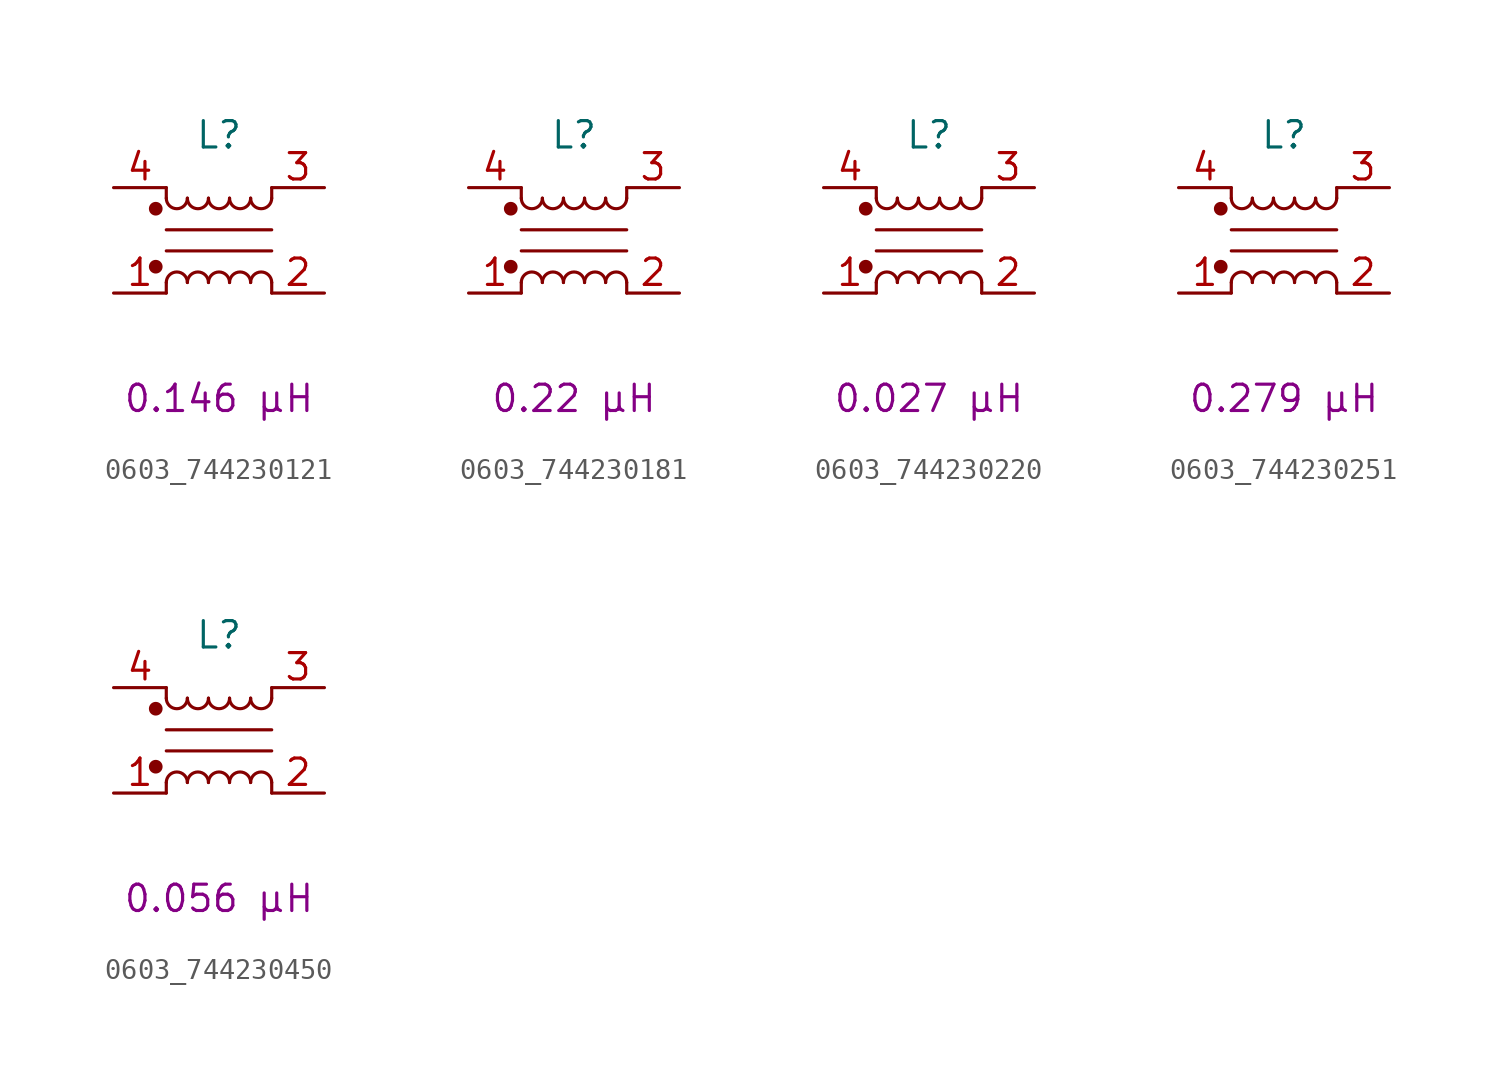
<source format=kicad_sym>
(kicad_symbol_lib
  (version 20220914)
  (generator kicad_symbol_editor)
  (symbol "0603_744230121"
    (pin_names hide)
    (property "Reference" "L"
      (at 0 5.08 0)
      (effects (font (size 1.27 1.27))))
    (property "Critical Parameter" "0.146 µH"
      (at 0 -7.62 0)
      (effects (font (size 1.27 1.27))))
    (symbol "0603_744230121_0_1"
      (circle (center -3.048 -1.27) (radius 0.254) (stroke (width 0) (type default)) (fill (type outline)))
      (circle (center -3.048 1.524) (radius 0.254) (stroke (width 0) (type default)) (fill (type outline)))
      (arc (start -2.54 2.032) (mid -2.032 1.5262) (end -1.524 2.032) (stroke (width 0) (type default)) (fill (type none)))
      (arc (start -1.524 -2.032) (mid -2.032 -1.5262) (end -2.54 -2.032) (stroke (width 0) (type default)) (fill (type none)))
      (arc (start -1.524 2.032) (mid -1.016 1.5262) (end -0.508 2.032) (stroke (width 0) (type default)) (fill (type none)))
      (arc (start -0.508 -2.032) (mid -1.016 -1.5262) (end -1.524 -2.032) (stroke (width 0) (type default)) (fill (type none)))
      (arc (start -0.508 2.032) (mid 0 1.5262) (end 0.508 2.032) (stroke (width 0) (type default)) (fill (type none)))
      (polyline (pts (xy -2.54 -2.032) (xy -2.54 -2.54)) (stroke (width 0) (type default)) (fill (type none)))
      (polyline (pts (xy -2.54 0.508) (xy 2.54 0.508)) (stroke (width 0) (type default)) (fill (type none)))
      (polyline (pts (xy -2.54 2.032) (xy -2.54 2.54)) (stroke (width 0) (type default)) (fill (type none)))
      (polyline (pts (xy 2.54 -2.032) (xy 2.54 -2.54)) (stroke (width 0) (type default)) (fill (type none)))
      (polyline (pts (xy 2.54 -0.508) (xy -2.54 -0.508)) (stroke (width 0) (type default)) (fill (type none)))
      (polyline (pts (xy 2.54 2.54) (xy 2.54 2.032)) (stroke (width 0) (type default)) (fill (type none)))
      (arc (start 0.508 -2.032) (mid 0 -1.5262) (end -0.508 -2.032) (stroke (width 0) (type default)) (fill (type none)))
      (arc (start 0.508 2.032) (mid 1.016 1.5262) (end 1.524 2.032) (stroke (width 0) (type default)) (fill (type none)))
      (arc (start 1.524 -2.032) (mid 1.016 -1.5262) (end 0.508 -2.032) (stroke (width 0) (type default)) (fill (type none)))
      (arc (start 1.524 2.032) (mid 2.032 1.5262) (end 2.54 2.032) (stroke (width 0) (type default)) (fill (type none)))
      (arc (start 2.54 -2.032) (mid 2.032 -1.5262) (end 1.524 -2.032) (stroke (width 0) (type default)) (fill (type none))))
    (symbol "0603_744230121_1_1"
      (pin passive line (at -5.08 -2.54 0) (length 2.54) (name "1" (effects (font (size 1.27 1.27)))) (number "1" (effects (font (size 1.27 1.27)))))
      (pin passive line (at 5.08 -2.54 180) (length 2.54) (name "2" (effects (font (size 1.27 1.27)))) (number "2" (effects (font (size 1.27 1.27)))))
      (pin passive line (at 5.08 2.54 180) (length 2.54) (name "3" (effects (font (size 1.27 1.27)))) (number "3" (effects (font (size 1.27 1.27)))))
      (pin passive line (at -5.08 2.54 0) (length 2.54) (name "4" (effects (font (size 1.27 1.27)))) (number "4" (effects (font (size 1.27 1.27)))))))
  (symbol "0603_744230181"
    (pin_names hide)
    (property "Reference" "L"
      (at 0 5.08 0)
      (effects (font (size 1.27 1.27))))
    (property "Critical Parameter" "0.22 µH"
      (at 0 -7.62 0)
      (effects (font (size 1.27 1.27))))
    (symbol "0603_744230181_0_1"
      (circle (center -3.048 -1.27) (radius 0.254) (stroke (width 0) (type default)) (fill (type outline)))
      (circle (center -3.048 1.524) (radius 0.254) (stroke (width 0) (type default)) (fill (type outline)))
      (arc (start -2.54 2.032) (mid -2.032 1.5262) (end -1.524 2.032) (stroke (width 0) (type default)) (fill (type none)))
      (arc (start -1.524 -2.032) (mid -2.032 -1.5262) (end -2.54 -2.032) (stroke (width 0) (type default)) (fill (type none)))
      (arc (start -1.524 2.032) (mid -1.016 1.5262) (end -0.508 2.032) (stroke (width 0) (type default)) (fill (type none)))
      (arc (start -0.508 -2.032) (mid -1.016 -1.5262) (end -1.524 -2.032) (stroke (width 0) (type default)) (fill (type none)))
      (arc (start -0.508 2.032) (mid 0 1.5262) (end 0.508 2.032) (stroke (width 0) (type default)) (fill (type none)))
      (polyline (pts (xy -2.54 -2.032) (xy -2.54 -2.54)) (stroke (width 0) (type default)) (fill (type none)))
      (polyline (pts (xy -2.54 0.508) (xy 2.54 0.508)) (stroke (width 0) (type default)) (fill (type none)))
      (polyline (pts (xy -2.54 2.032) (xy -2.54 2.54)) (stroke (width 0) (type default)) (fill (type none)))
      (polyline (pts (xy 2.54 -2.032) (xy 2.54 -2.54)) (stroke (width 0) (type default)) (fill (type none)))
      (polyline (pts (xy 2.54 -0.508) (xy -2.54 -0.508)) (stroke (width 0) (type default)) (fill (type none)))
      (polyline (pts (xy 2.54 2.54) (xy 2.54 2.032)) (stroke (width 0) (type default)) (fill (type none)))
      (arc (start 0.508 -2.032) (mid 0 -1.5262) (end -0.508 -2.032) (stroke (width 0) (type default)) (fill (type none)))
      (arc (start 0.508 2.032) (mid 1.016 1.5262) (end 1.524 2.032) (stroke (width 0) (type default)) (fill (type none)))
      (arc (start 1.524 -2.032) (mid 1.016 -1.5262) (end 0.508 -2.032) (stroke (width 0) (type default)) (fill (type none)))
      (arc (start 1.524 2.032) (mid 2.032 1.5262) (end 2.54 2.032) (stroke (width 0) (type default)) (fill (type none)))
      (arc (start 2.54 -2.032) (mid 2.032 -1.5262) (end 1.524 -2.032) (stroke (width 0) (type default)) (fill (type none))))
    (symbol "0603_744230181_1_1"
      (pin passive line (at -5.08 -2.54 0) (length 2.54) (name "1" (effects (font (size 1.27 1.27)))) (number "1" (effects (font (size 1.27 1.27)))))
      (pin passive line (at 5.08 -2.54 180) (length 2.54) (name "2" (effects (font (size 1.27 1.27)))) (number "2" (effects (font (size 1.27 1.27)))))
      (pin passive line (at 5.08 2.54 180) (length 2.54) (name "3" (effects (font (size 1.27 1.27)))) (number "3" (effects (font (size 1.27 1.27)))))
      (pin passive line (at -5.08 2.54 0) (length 2.54) (name "4" (effects (font (size 1.27 1.27)))) (number "4" (effects (font (size 1.27 1.27)))))))
  (symbol "0603_744230220"
    (pin_names hide)
    (property "Reference" "L"
      (at 0 5.08 0)
      (effects (font (size 1.27 1.27))))
    (property "Critical Parameter" "0.027 µH"
      (at 0 -7.62 0)
      (effects (font (size 1.27 1.27))))
    (symbol "0603_744230220_0_1"
      (circle (center -3.048 -1.27) (radius 0.254) (stroke (width 0) (type default)) (fill (type outline)))
      (circle (center -3.048 1.524) (radius 0.254) (stroke (width 0) (type default)) (fill (type outline)))
      (arc (start -2.54 2.032) (mid -2.032 1.5262) (end -1.524 2.032) (stroke (width 0) (type default)) (fill (type none)))
      (arc (start -1.524 -2.032) (mid -2.032 -1.5262) (end -2.54 -2.032) (stroke (width 0) (type default)) (fill (type none)))
      (arc (start -1.524 2.032) (mid -1.016 1.5262) (end -0.508 2.032) (stroke (width 0) (type default)) (fill (type none)))
      (arc (start -0.508 -2.032) (mid -1.016 -1.5262) (end -1.524 -2.032) (stroke (width 0) (type default)) (fill (type none)))
      (arc (start -0.508 2.032) (mid 0 1.5262) (end 0.508 2.032) (stroke (width 0) (type default)) (fill (type none)))
      (polyline (pts (xy -2.54 -2.032) (xy -2.54 -2.54)) (stroke (width 0) (type default)) (fill (type none)))
      (polyline (pts (xy -2.54 0.508) (xy 2.54 0.508)) (stroke (width 0) (type default)) (fill (type none)))
      (polyline (pts (xy -2.54 2.032) (xy -2.54 2.54)) (stroke (width 0) (type default)) (fill (type none)))
      (polyline (pts (xy 2.54 -2.032) (xy 2.54 -2.54)) (stroke (width 0) (type default)) (fill (type none)))
      (polyline (pts (xy 2.54 -0.508) (xy -2.54 -0.508)) (stroke (width 0) (type default)) (fill (type none)))
      (polyline (pts (xy 2.54 2.54) (xy 2.54 2.032)) (stroke (width 0) (type default)) (fill (type none)))
      (arc (start 0.508 -2.032) (mid 0 -1.5262) (end -0.508 -2.032) (stroke (width 0) (type default)) (fill (type none)))
      (arc (start 0.508 2.032) (mid 1.016 1.5262) (end 1.524 2.032) (stroke (width 0) (type default)) (fill (type none)))
      (arc (start 1.524 -2.032) (mid 1.016 -1.5262) (end 0.508 -2.032) (stroke (width 0) (type default)) (fill (type none)))
      (arc (start 1.524 2.032) (mid 2.032 1.5262) (end 2.54 2.032) (stroke (width 0) (type default)) (fill (type none)))
      (arc (start 2.54 -2.032) (mid 2.032 -1.5262) (end 1.524 -2.032) (stroke (width 0) (type default)) (fill (type none))))
    (symbol "0603_744230220_1_1"
      (pin passive line (at -5.08 -2.54 0) (length 2.54) (name "1" (effects (font (size 1.27 1.27)))) (number "1" (effects (font (size 1.27 1.27)))))
      (pin passive line (at 5.08 -2.54 180) (length 2.54) (name "2" (effects (font (size 1.27 1.27)))) (number "2" (effects (font (size 1.27 1.27)))))
      (pin passive line (at 5.08 2.54 180) (length 2.54) (name "3" (effects (font (size 1.27 1.27)))) (number "3" (effects (font (size 1.27 1.27)))))
      (pin passive line (at -5.08 2.54 0) (length 2.54) (name "4" (effects (font (size 1.27 1.27)))) (number "4" (effects (font (size 1.27 1.27)))))))
  (symbol "0603_744230251"
    (pin_names hide)
    (property "Reference" "L"
      (at 0 5.08 0)
      (effects (font (size 1.27 1.27))))
    (property "Critical Parameter" "0.279 µH"
      (at 0 -7.62 0)
      (effects (font (size 1.27 1.27))))
    (symbol "0603_744230251_0_1"
      (circle (center -3.048 -1.27) (radius 0.254) (stroke (width 0) (type default)) (fill (type outline)))
      (circle (center -3.048 1.524) (radius 0.254) (stroke (width 0) (type default)) (fill (type outline)))
      (arc (start -2.54 2.032) (mid -2.032 1.5262) (end -1.524 2.032) (stroke (width 0) (type default)) (fill (type none)))
      (arc (start -1.524 -2.032) (mid -2.032 -1.5262) (end -2.54 -2.032) (stroke (width 0) (type default)) (fill (type none)))
      (arc (start -1.524 2.032) (mid -1.016 1.5262) (end -0.508 2.032) (stroke (width 0) (type default)) (fill (type none)))
      (arc (start -0.508 -2.032) (mid -1.016 -1.5262) (end -1.524 -2.032) (stroke (width 0) (type default)) (fill (type none)))
      (arc (start -0.508 2.032) (mid 0 1.5262) (end 0.508 2.032) (stroke (width 0) (type default)) (fill (type none)))
      (polyline (pts (xy -2.54 -2.032) (xy -2.54 -2.54)) (stroke (width 0) (type default)) (fill (type none)))
      (polyline (pts (xy -2.54 0.508) (xy 2.54 0.508)) (stroke (width 0) (type default)) (fill (type none)))
      (polyline (pts (xy -2.54 2.032) (xy -2.54 2.54)) (stroke (width 0) (type default)) (fill (type none)))
      (polyline (pts (xy 2.54 -2.032) (xy 2.54 -2.54)) (stroke (width 0) (type default)) (fill (type none)))
      (polyline (pts (xy 2.54 -0.508) (xy -2.54 -0.508)) (stroke (width 0) (type default)) (fill (type none)))
      (polyline (pts (xy 2.54 2.54) (xy 2.54 2.032)) (stroke (width 0) (type default)) (fill (type none)))
      (arc (start 0.508 -2.032) (mid 0 -1.5262) (end -0.508 -2.032) (stroke (width 0) (type default)) (fill (type none)))
      (arc (start 0.508 2.032) (mid 1.016 1.5262) (end 1.524 2.032) (stroke (width 0) (type default)) (fill (type none)))
      (arc (start 1.524 -2.032) (mid 1.016 -1.5262) (end 0.508 -2.032) (stroke (width 0) (type default)) (fill (type none)))
      (arc (start 1.524 2.032) (mid 2.032 1.5262) (end 2.54 2.032) (stroke (width 0) (type default)) (fill (type none)))
      (arc (start 2.54 -2.032) (mid 2.032 -1.5262) (end 1.524 -2.032) (stroke (width 0) (type default)) (fill (type none))))
    (symbol "0603_744230251_1_1"
      (pin passive line (at -5.08 -2.54 0) (length 2.54) (name "1" (effects (font (size 1.27 1.27)))) (number "1" (effects (font (size 1.27 1.27)))))
      (pin passive line (at 5.08 -2.54 180) (length 2.54) (name "2" (effects (font (size 1.27 1.27)))) (number "2" (effects (font (size 1.27 1.27)))))
      (pin passive line (at 5.08 2.54 180) (length 2.54) (name "3" (effects (font (size 1.27 1.27)))) (number "3" (effects (font (size 1.27 1.27)))))
      (pin passive line (at -5.08 2.54 0) (length 2.54) (name "4" (effects (font (size 1.27 1.27)))) (number "4" (effects (font (size 1.27 1.27)))))))
  (symbol "0603_744230450"
    (pin_names hide)
    (property "Reference" "L"
      (at 0 5.08 0)
      (effects (font (size 1.27 1.27))))
    (property "Critical Parameter" "0.056 µH"
      (at 0 -7.62 0)
      (effects (font (size 1.27 1.27))))
    (symbol "0603_744230450_0_1"
      (circle (center -3.048 -1.27) (radius 0.254) (stroke (width 0) (type default)) (fill (type outline)))
      (circle (center -3.048 1.524) (radius 0.254) (stroke (width 0) (type default)) (fill (type outline)))
      (arc (start -2.54 2.032) (mid -2.032 1.5262) (end -1.524 2.032) (stroke (width 0) (type default)) (fill (type none)))
      (arc (start -1.524 -2.032) (mid -2.032 -1.5262) (end -2.54 -2.032) (stroke (width 0) (type default)) (fill (type none)))
      (arc (start -1.524 2.032) (mid -1.016 1.5262) (end -0.508 2.032) (stroke (width 0) (type default)) (fill (type none)))
      (arc (start -0.508 -2.032) (mid -1.016 -1.5262) (end -1.524 -2.032) (stroke (width 0) (type default)) (fill (type none)))
      (arc (start -0.508 2.032) (mid 0 1.5262) (end 0.508 2.032) (stroke (width 0) (type default)) (fill (type none)))
      (polyline (pts (xy -2.54 -2.032) (xy -2.54 -2.54)) (stroke (width 0) (type default)) (fill (type none)))
      (polyline (pts (xy -2.54 0.508) (xy 2.54 0.508)) (stroke (width 0) (type default)) (fill (type none)))
      (polyline (pts (xy -2.54 2.032) (xy -2.54 2.54)) (stroke (width 0) (type default)) (fill (type none)))
      (polyline (pts (xy 2.54 -2.032) (xy 2.54 -2.54)) (stroke (width 0) (type default)) (fill (type none)))
      (polyline (pts (xy 2.54 -0.508) (xy -2.54 -0.508)) (stroke (width 0) (type default)) (fill (type none)))
      (polyline (pts (xy 2.54 2.54) (xy 2.54 2.032)) (stroke (width 0) (type default)) (fill (type none)))
      (arc (start 0.508 -2.032) (mid 0 -1.5262) (end -0.508 -2.032) (stroke (width 0) (type default)) (fill (type none)))
      (arc (start 0.508 2.032) (mid 1.016 1.5262) (end 1.524 2.032) (stroke (width 0) (type default)) (fill (type none)))
      (arc (start 1.524 -2.032) (mid 1.016 -1.5262) (end 0.508 -2.032) (stroke (width 0) (type default)) (fill (type none)))
      (arc (start 1.524 2.032) (mid 2.032 1.5262) (end 2.54 2.032) (stroke (width 0) (type default)) (fill (type none)))
      (arc (start 2.54 -2.032) (mid 2.032 -1.5262) (end 1.524 -2.032) (stroke (width 0) (type default)) (fill (type none))))
    (symbol "0603_744230450_1_1"
      (pin passive line (at -5.08 -2.54 0) (length 2.54) (name "1" (effects (font (size 1.27 1.27)))) (number "1" (effects (font (size 1.27 1.27)))))
      (pin passive line (at 5.08 -2.54 180) (length 2.54) (name "2" (effects (font (size 1.27 1.27)))) (number "2" (effects (font (size 1.27 1.27)))))
      (pin passive line (at 5.08 2.54 180) (length 2.54) (name "3" (effects (font (size 1.27 1.27)))) (number "3" (effects (font (size 1.27 1.27)))))
      (pin passive line (at -5.08 2.54 0) (length 2.54) (name "4" (effects (font (size 1.27 1.27)))) (number "4" (effects (font (size 1.27 1.27))))))))
</source>
